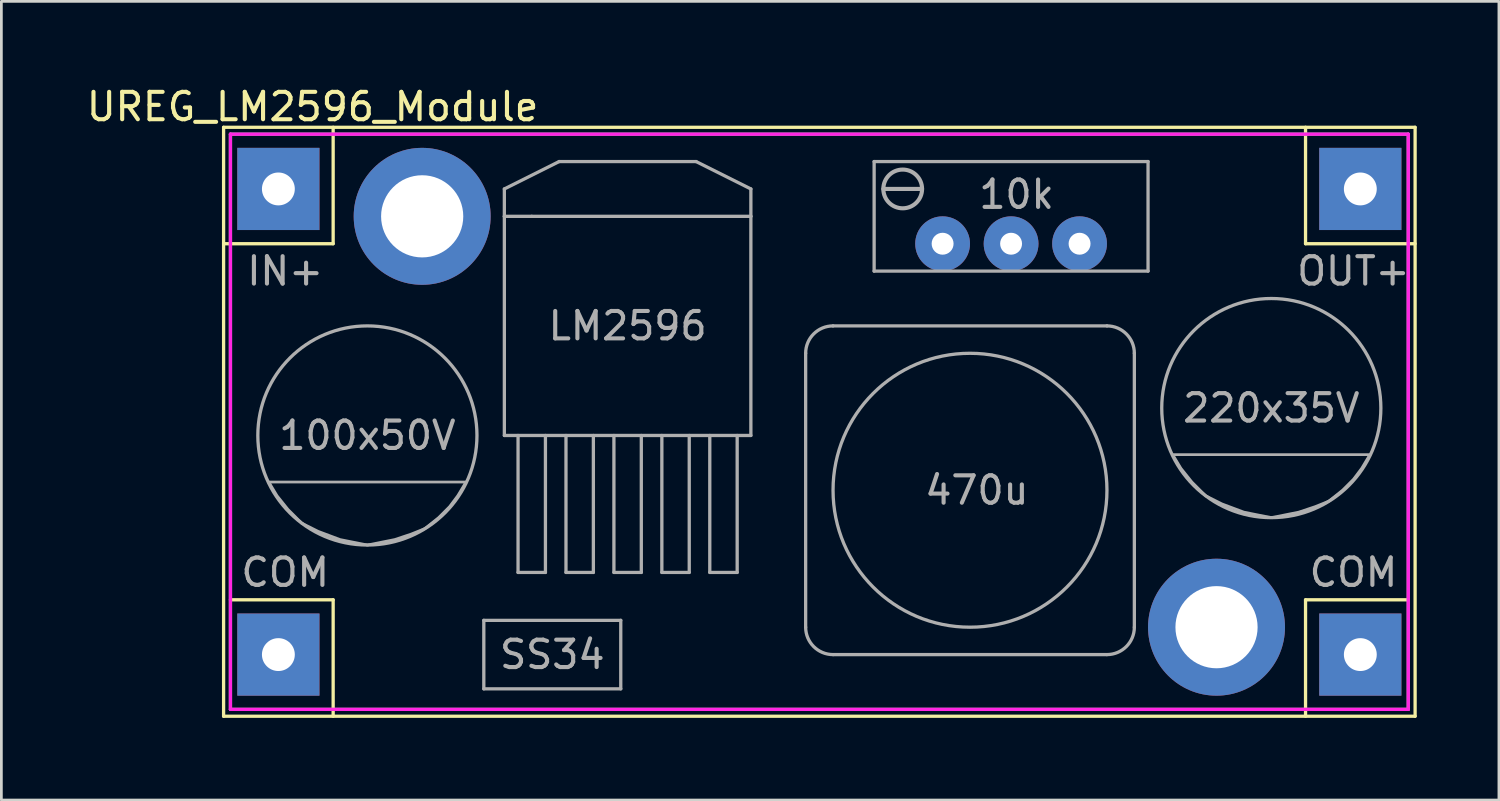
<source format=kicad_pcb>
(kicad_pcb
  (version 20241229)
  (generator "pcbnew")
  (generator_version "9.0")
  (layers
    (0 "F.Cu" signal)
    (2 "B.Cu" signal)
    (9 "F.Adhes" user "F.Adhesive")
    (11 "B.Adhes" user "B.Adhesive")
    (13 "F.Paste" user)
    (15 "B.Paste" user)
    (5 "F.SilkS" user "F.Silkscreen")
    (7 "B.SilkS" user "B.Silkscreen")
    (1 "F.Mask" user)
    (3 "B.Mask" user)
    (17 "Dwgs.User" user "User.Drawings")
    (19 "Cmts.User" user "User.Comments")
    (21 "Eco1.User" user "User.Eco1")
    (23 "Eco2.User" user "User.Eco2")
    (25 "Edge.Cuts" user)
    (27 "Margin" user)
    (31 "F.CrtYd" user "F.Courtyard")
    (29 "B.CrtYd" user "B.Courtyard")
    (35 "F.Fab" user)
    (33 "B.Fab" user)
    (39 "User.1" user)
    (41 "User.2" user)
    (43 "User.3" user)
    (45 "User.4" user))
  (footprint "UREG_LM2596_Module"
    (layer "F.Cu")
    (at 26.363 11.848)
    (property "Reference" "UREG_LM2596_Module" (at -18 -11 0) (layer "F.SilkS") (effects (font (size 1 1) (thickness 0.15))))
    (attr through_hole)
    (fp_line (start -21.25 -10.25) (end 22.25 -10.25) (stroke (width 0.12) (type solid)) (layer "F.SilkS"))
    (fp_line (start -21.25 -6) (end -17.25 -6) (stroke (width 0.12) (type solid)) (layer "F.SilkS"))
    (fp_line (start -21.25 11.25) (end -21.25 -10.25) (stroke (width 0.12) (type solid)) (layer "F.SilkS"))
    (fp_line (start -21 7) (end -17.25 7) (stroke (width 0.12) (type solid)) (layer "F.SilkS"))
    (fp_line (start -17.25 -6) (end -17.25 -10.25) (stroke (width 0.12) (type solid)) (layer "F.SilkS"))
    (fp_line (start -17.25 7) (end -17.25 11.25) (stroke (width 0.12) (type solid)) (layer "F.SilkS"))
    (fp_line (start 18.25 -10.25) (end 18.25 -6) (stroke (width 0.12) (type solid)) (layer "F.SilkS"))
    (fp_line (start 18.25 -6) (end 22.25 -6) (stroke (width 0.12) (type solid)) (layer "F.SilkS"))
    (fp_line (start 18.25 7) (end 18.25 11.25) (stroke (width 0.12) (type solid)) (layer "F.SilkS"))
    (fp_line (start 22 7) (end 18.25 7) (stroke (width 0.12) (type solid)) (layer "F.SilkS"))
    (fp_line (start 22.25 -10.25) (end 22.25 11.25) (stroke (width 0.12) (type solid)) (layer "F.SilkS"))
    (fp_line (start 22.25 11.25) (end -21.25 11.25) (stroke (width 0.12) (type solid)) (layer "F.SilkS"))
    (fp_line (start -21 -10) (end 22 -10) (stroke (width 0.12) (type solid)) (layer "F.CrtYd"))
    (fp_line (start -21 11) (end -21 -10) (stroke (width 0.12) (type solid)) (layer "F.CrtYd"))
    (fp_line (start 22 -10) (end 22 11) (stroke (width 0.12) (type solid)) (layer "F.CrtYd"))
    (fp_line (start 22 11) (end -21 11) (stroke (width 0.12) (type solid)) (layer "F.CrtYd"))
    (fp_line (start -21 -10) (end 22 -10) (stroke (width 0.12) (type solid)) (layer "F.Fab"))
    (fp_line (start -21 11) (end -21 -10) (stroke (width 0.12) (type solid)) (layer "F.Fab"))
    (fp_line (start -11.75 7.75) (end -6.75 7.75) (stroke (width 0.12) (type solid)) (layer "F.Fab"))
    (fp_line (start -11.75 10.25) (end -11.75 7.75) (stroke (width 0.12) (type solid)) (layer "F.Fab"))
    (fp_line (start -11 -8) (end -9 -9) (stroke (width 0.12) (type solid)) (layer "F.Fab"))
    (fp_line (start -11 -7) (end -11 -8) (stroke (width 0.12) (type solid)) (layer "F.Fab"))
    (fp_line (start -11 -7) (end -10 -7) (stroke (width 0.12) (type solid)) (layer "F.Fab"))
    (fp_line (start -11 1) (end -11 -7) (stroke (width 0.12) (type solid)) (layer "F.Fab"))
    (fp_line (start -10.5 1) (end -10.5 6) (stroke (width 0.12) (type solid)) (layer "F.Fab"))
    (fp_line (start -10.5 6) (end -9.5 6) (stroke (width 0.12) (type solid)) (layer "F.Fab"))
    (fp_line (start -10 -7) (end -2 -7) (stroke (width 0.12) (type solid)) (layer "F.Fab"))
    (fp_line (start -9.5 6) (end -9.5 1) (stroke (width 0.12) (type solid)) (layer "F.Fab"))
    (fp_line (start -9 -9) (end -4 -9) (stroke (width 0.12) (type solid)) (layer "F.Fab"))
    (fp_line (start -8.75 6) (end -8.75 1) (stroke (width 0.12) (type solid)) (layer "F.Fab"))
    (fp_line (start -7.75 1) (end -7.75 6) (stroke (width 0.12) (type solid)) (layer "F.Fab"))
    (fp_line (start -7.75 6) (end -8.75 6) (stroke (width 0.12) (type solid)) (layer "F.Fab"))
    (fp_line (start -7 1) (end -7 6) (stroke (width 0.12) (type solid)) (layer "F.Fab"))
    (fp_line (start -7 6) (end -6 6) (stroke (width 0.12) (type solid)) (layer "F.Fab"))
    (fp_line (start -6.75 7.75) (end -6.75 10.25) (stroke (width 0.12) (type solid)) (layer "F.Fab"))
    (fp_line (start -6.75 10.25) (end -11.75 10.25) (stroke (width 0.12) (type solid)) (layer "F.Fab"))
    (fp_line (start -6 6) (end -6 1) (stroke (width 0.12) (type solid)) (layer "F.Fab"))
    (fp_line (start -5.25 1) (end -5.25 6) (stroke (width 0.12) (type solid)) (layer "F.Fab"))
    (fp_line (start -5.25 6) (end -4.25 6) (stroke (width 0.12) (type solid)) (layer "F.Fab"))
    (fp_line (start -4.25 6) (end -4.25 1) (stroke (width 0.12) (type solid)) (layer "F.Fab"))
    (fp_line (start -4 -9) (end -2 -8) (stroke (width 0.12) (type solid)) (layer "F.Fab"))
    (fp_line (start -3.5 1) (end -3.5 6) (stroke (width 0.12) (type solid)) (layer "F.Fab"))
    (fp_line (start -3.5 6) (end -2.5 6) (stroke (width 0.12) (type solid)) (layer "F.Fab"))
    (fp_line (start -2.5 6) (end -2.5 1) (stroke (width 0.12) (type solid)) (layer "F.Fab"))
    (fp_line (start -2 -8) (end -2 -7) (stroke (width 0.12) (type solid)) (layer "F.Fab"))
    (fp_line (start -2 -7) (end -2 1) (stroke (width 0.12) (type solid)) (layer "F.Fab"))
    (fp_line (start -2 1) (end -11 1) (stroke (width 0.12) (type solid)) (layer "F.Fab"))
    (fp_line (start 0 8) (end 0 -2) (stroke (width 0.12) (type solid)) (layer "F.Fab"))
    (fp_line (start 1 -3) (end 11 -3) (stroke (width 0.12) (type solid)) (layer "F.Fab"))
    (fp_line (start 2.5 -9) (end 12.5 -9) (stroke (width 0.12) (type solid)) (layer "F.Fab"))
    (fp_line (start 2.5 -5) (end 2.5 -9) (stroke (width 0.12) (type solid)) (layer "F.Fab"))
    (fp_line (start 2.836 -8) (end 4.25 -8) (stroke (width 0.15) (type solid)) (layer "F.Fab"))
    (fp_line (start 11 9) (end 1 9) (stroke (width 0.12) (type solid)) (layer "F.Fab"))
    (fp_line (start 12 -2) (end 12 8) (stroke (width 0.12) (type solid)) (layer "F.Fab"))
    (fp_line (start 12.5 -9) (end 12.5 -5) (stroke (width 0.12) (type solid)) (layer "F.Fab"))
    (fp_line (start 12.5 -5) (end 2.5 -5) (stroke (width 0.12) (type solid)) (layer "F.Fab"))
    (fp_line (start 22 -10) (end 22 11) (stroke (width 0.12) (type solid)) (layer "F.Fab"))
    (fp_line (start 22 11) (end -21 11) (stroke (width 0.12) (type solid)) (layer "F.Fab"))
    (fp_arc (start 0 -2) (mid 0.292893 -2.707107) (end 1 -3) (stroke (width 0.12) (type solid)) (layer "F.Fab"))
    (fp_arc (start 1 9) (mid 0.292893 8.707107) (end 0 8) (stroke (width 0.12) (type solid)) (layer "F.Fab"))
    (fp_arc (start 11 -3) (mid 11.707107 -2.707107) (end 12 -2) (stroke (width 0.12) (type solid)) (layer "F.Fab"))
    (fp_arc (start 12 8) (mid 11.707107 8.707107) (end 11 9) (stroke (width 0.12) (type solid)) (layer "F.Fab"))
    (fp_circle (center -16 1) (end -12 1) (stroke (width 0.12) (type solid)) (fill no) (layer "F.Fab"))
    (fp_circle (center 3.543 -8) (end 4.25 -8) (stroke (width 0.15) (type solid)) (fill no) (layer "F.Fab"))
    (fp_circle (center 6 3) (end 10 6) (stroke (width 0.12) (type solid)) (fill no) (layer "F.Fab"))
    (fp_circle (center 17 0) (end 21 0) (stroke (width 0.12) (type solid)) (fill no) (layer "F.Fab"))
    (fp_poly (pts (xy -12.7 3.2) (xy -13 3.6) (xy -13.4 4) (xy -13.9 4.4) (xy -14.4 4.6) (xy -15 4.8) (xy -16 5) (xy -17 4.8) (xy -17.8 4.5) (xy -18.4 4.2) (xy -18.9 3.7) (xy -19.3 3.2) (xy -19.6 2.7) (xy -12.4 2.7)) (stroke (width 0.1) (type solid)) (fill no) (layer "F.Fab"))
    (fp_poly (pts (xy 20.3 2.2) (xy 20 2.6) (xy 19.6 3) (xy 19.1 3.4) (xy 18.6 3.6) (xy 18 3.8) (xy 17 4) (xy 16 3.8) (xy 15.2 3.5) (xy 14.6 3.2) (xy 14.1 2.7) (xy 13.7 2.2) (xy 13.4 1.7) (xy 20.6 1.7)) (stroke (width 0.1) (type solid)) (fill no) (layer "F.Fab"))
    (fp_text user "470u" (at 6.25 3 0) (layer "F.Fab") (effects (font (size 1 1) (thickness 0.15))))
    (fp_text user "COM" (at -19 6 0) (layer "F.Fab") (effects (font (size 1 1) (thickness 0.15))))
    (fp_text user "220x35V" (at 17 0 0) (layer "F.Fab") (effects (font (size 1 1) (thickness 0.15))))
    (fp_text user "100x50V" (at -16 1 0) (layer "F.Fab") (effects (font (size 1 1) (thickness 0.15))))
    (fp_text user "IN+" (at -19 -5 0) (layer "F.Fab") (effects (font (size 1 1) (thickness 0.15))))
    (fp_text user "OUT+" (at 20 -5 0) (layer "F.Fab") (effects (font (size 1 1) (thickness 0.15))))
    (fp_text user "COM" (at 20 6 0) (layer "F.Fab") (effects (font (size 1 1) (thickness 0.15))))
    (fp_text user "LM2596" (at -6.5 -3 0) (layer "F.Fab") (effects (font (size 1 1) (thickness 0.15))))
    (fp_text user "10k" (at 7.7 -7.8 0) (layer "F.Fab") (effects (font (size 1 1) (thickness 0.15))))
    (fp_text user "SS34" (at -9.25 9 0) (layer "F.Fab") (effects (font (size 1 1) (thickness 0.15))))
    (pad "" thru_hole circle (at -14 -7) (size 5 5) (drill 3) (layers "*.Cu" "*.Mask"))
    (pad "" thru_hole circle (at 15 8) (size 5 5) (drill 3) (layers "*.Cu" "*.Mask"))
    (pad "1" thru_hole rect (at -19.25 -8) (size 3 3) (drill 1.2) (layers "*.Cu" "*.Mask"))
    (pad "2" thru_hole rect (at -19.25 9) (size 3 3) (drill 1.2) (layers "*.Cu" "*.Mask"))
    (pad "2" thru_hole rect (at 20.25 9) (size 3 3) (drill 1.2) (layers "*.Cu" "*.Mask"))
    (pad "3" thru_hole rect (at 20.25 -8) (size 3 3) (drill 1.2) (layers "*.Cu" "*.Mask"))
    (pad "4" thru_hole circle (at 5 -6) (size 2 2) (drill 0.8) (layers "*.Cu" "*.Mask"))
    (pad "5" thru_hole circle (at 7.5 -6) (size 2 2) (drill 0.8) (layers "*.Cu" "*.Mask"))
    (pad "6" thru_hole circle (at 10 -6) (size 2 2) (drill 0.8) (layers "*.Cu" "*.Mask")))
  (gr_rect
    (start -3 -3)
    (end 51.673 26.158)
    (stroke (width 0.1) (type default))
    (fill no)
    (layer "Edge.Cuts")))
</source>
